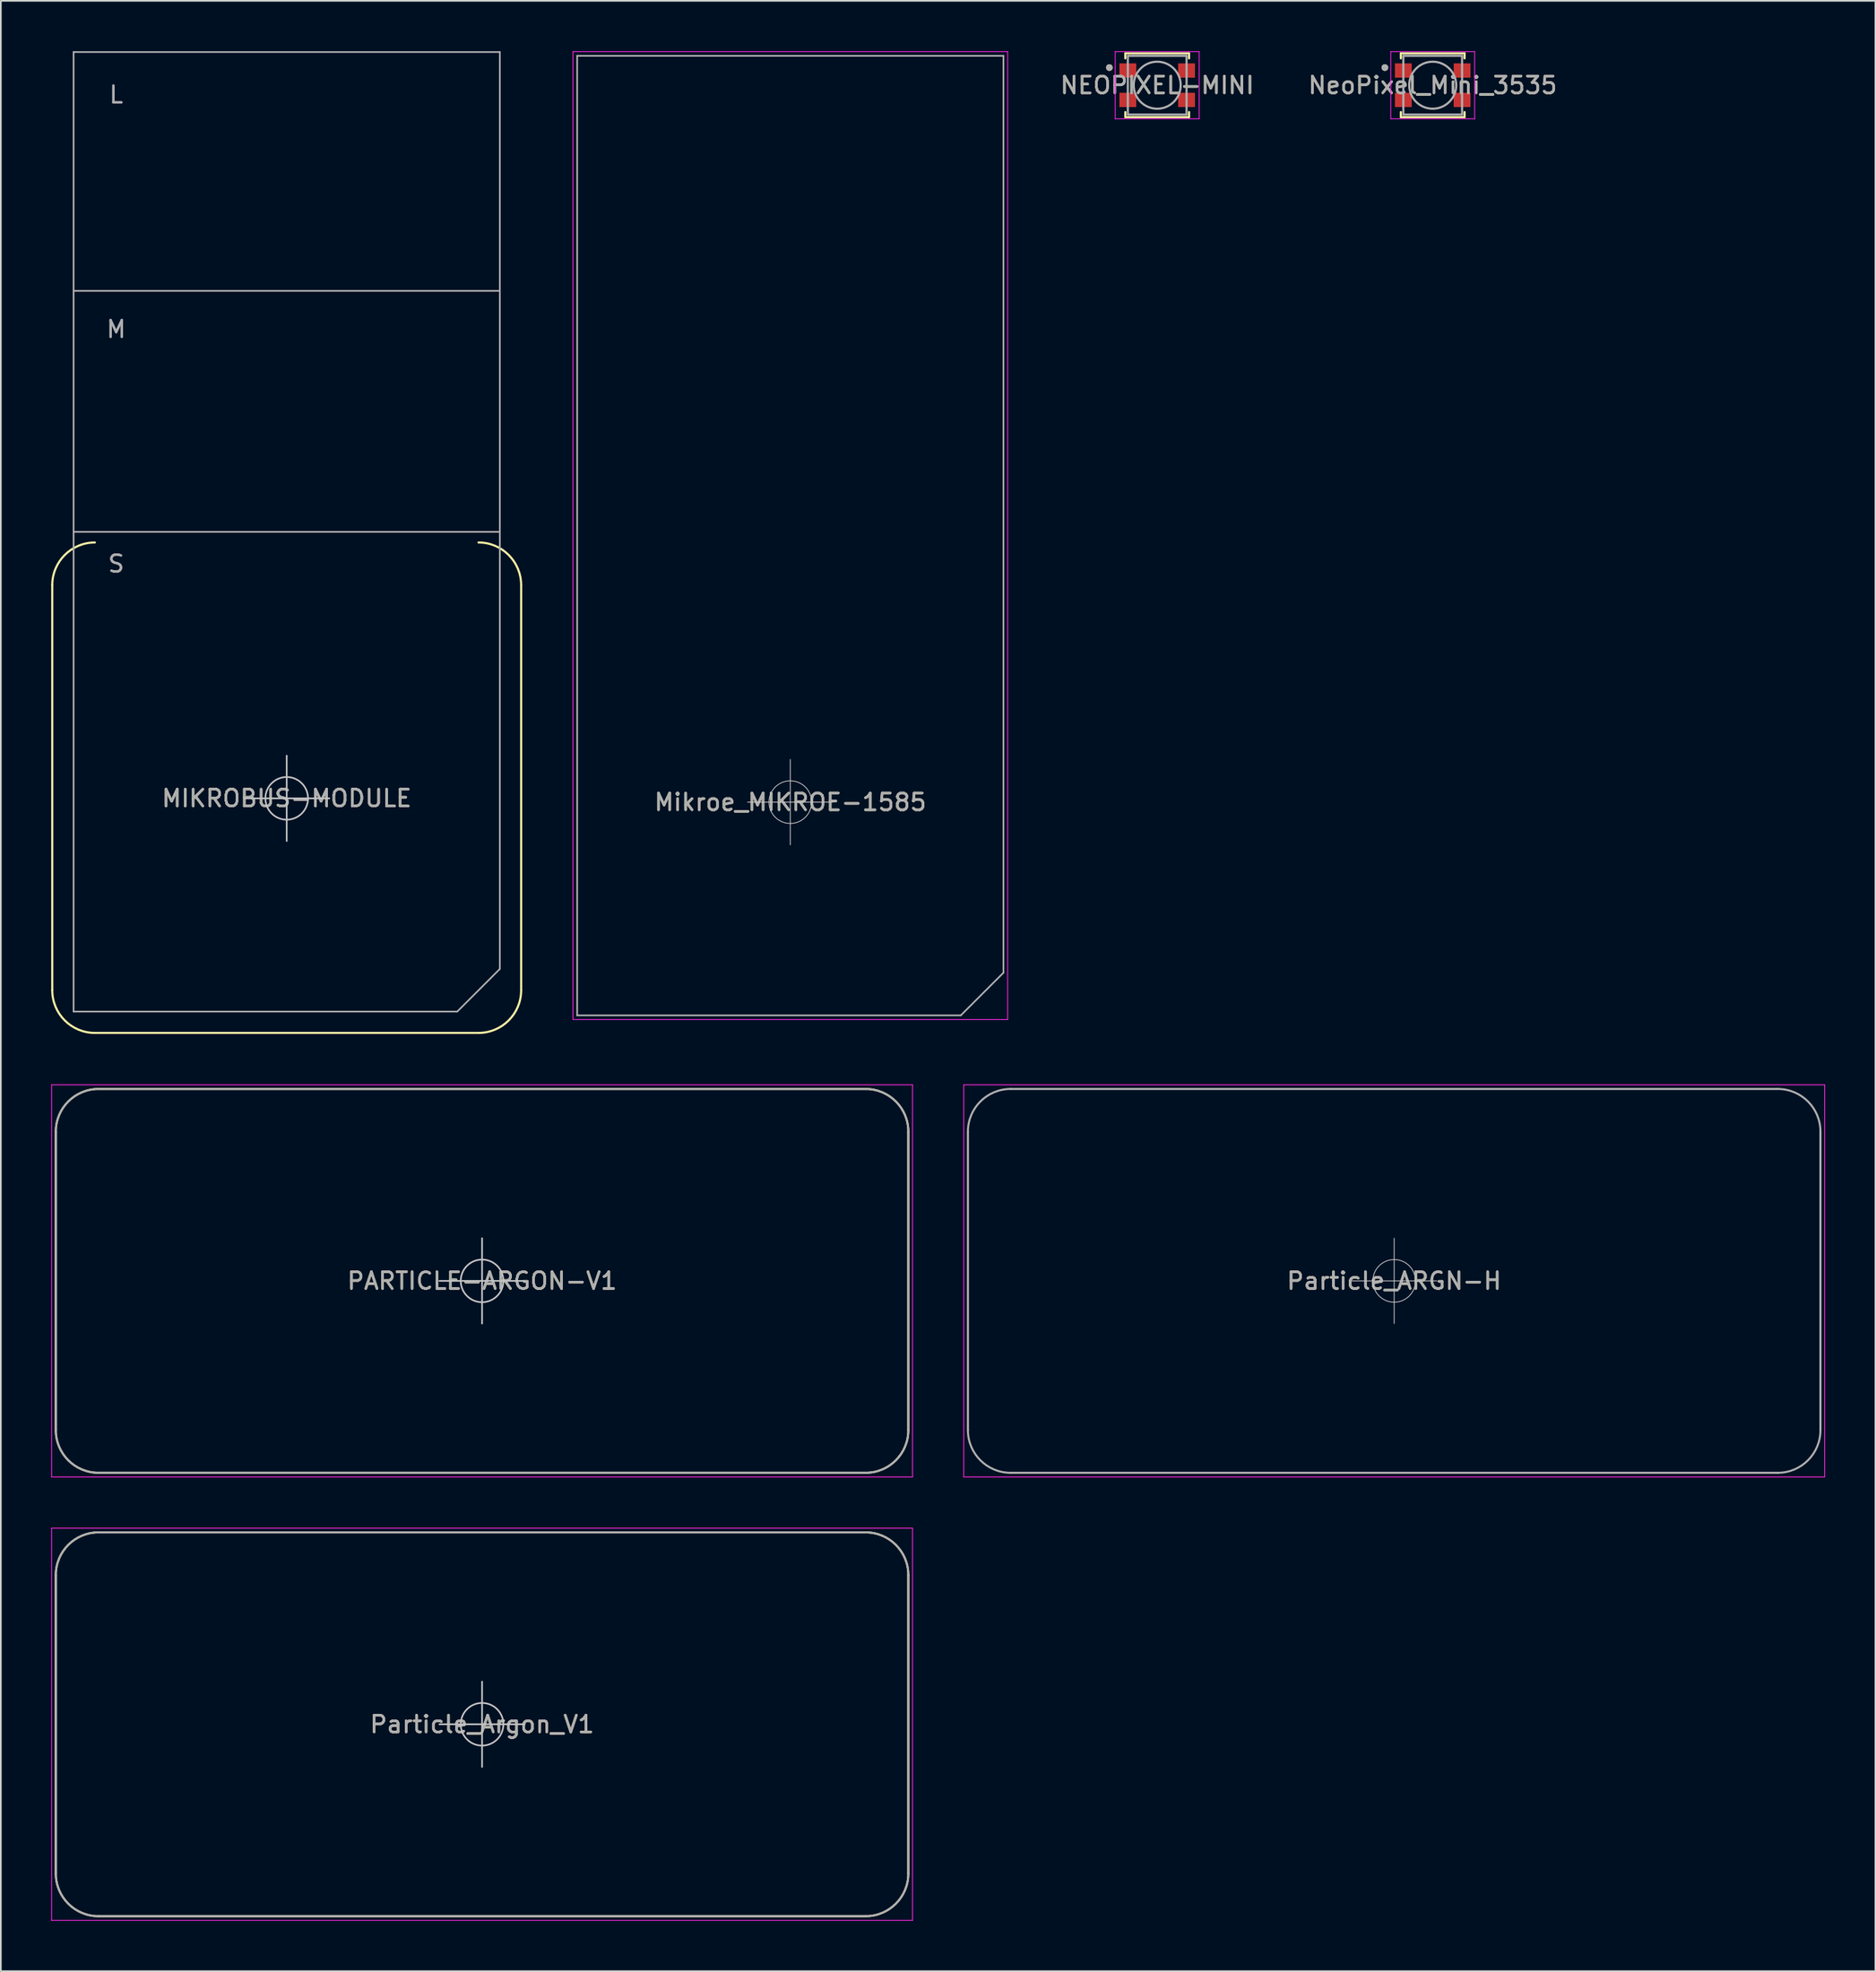
<source format=kicad_pcb>
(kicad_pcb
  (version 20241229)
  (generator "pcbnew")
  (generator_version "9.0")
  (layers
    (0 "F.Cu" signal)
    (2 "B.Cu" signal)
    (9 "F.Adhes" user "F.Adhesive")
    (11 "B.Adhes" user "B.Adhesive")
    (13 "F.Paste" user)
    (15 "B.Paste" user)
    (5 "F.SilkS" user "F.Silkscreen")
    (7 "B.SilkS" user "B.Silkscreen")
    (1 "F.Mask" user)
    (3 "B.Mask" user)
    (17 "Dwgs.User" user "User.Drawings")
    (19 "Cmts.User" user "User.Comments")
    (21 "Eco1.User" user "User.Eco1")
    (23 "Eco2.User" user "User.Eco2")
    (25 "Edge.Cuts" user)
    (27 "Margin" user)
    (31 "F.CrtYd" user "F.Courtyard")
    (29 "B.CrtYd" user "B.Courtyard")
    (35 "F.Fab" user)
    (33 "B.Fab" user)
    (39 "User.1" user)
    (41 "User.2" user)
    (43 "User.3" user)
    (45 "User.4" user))
  (footprint "PARTICLE-ARGON-V1"
    (layer "F.Cu")
    (at 25.675 73.239)
    (property "Reference" "PARTICLE-ARGON-V1" (at 0 0 0) (layer "F.SilkS") (effects (font (size 1 1) (thickness 0.15))))
    (attr through_hole)
    (fp_line (start -25.4 8.89) (end -25.4 -8.89) (stroke (width 0.127) (type solid)) (layer "F.SilkS"))
    (fp_line (start -22.86 -11.43) (end 22.86 -11.43) (stroke (width 0.127) (type solid)) (layer "F.SilkS"))
    (fp_line (start 22.86 11.43) (end -22.86 11.43) (stroke (width 0.127) (type solid)) (layer "F.SilkS"))
    (fp_line (start 25.4 -8.89) (end 25.4 8.89) (stroke (width 0.127) (type solid)) (layer "F.SilkS"))
    (fp_arc (start -25.4 -8.89) (mid -24.656051 -10.686051) (end -22.86 -11.43) (stroke (width 0.12) (type solid)) (layer "F.SilkS"))
    (fp_arc (start -22.86 11.43) (mid -24.656051 10.686051) (end -25.4 8.89) (stroke (width 0.12) (type solid)) (layer "F.SilkS"))
    (fp_arc (start 22.86 -11.43) (mid 24.656051 -10.686051) (end 25.4 -8.89) (stroke (width 0.12) (type solid)) (layer "F.SilkS"))
    (fp_arc (start 25.4 8.89) (mid 24.656051 10.686051) (end 22.86 11.43) (stroke (width 0.12) (type solid)) (layer "F.SilkS"))
    (fp_line (start -2.54 0) (end 2.54 0) (stroke (width 0.1) (type solid)) (layer "Dwgs.User"))
    (fp_line (start 0 -2.54) (end 0 2.54) (stroke (width 0.1) (type solid)) (layer "Dwgs.User"))
    (fp_circle (center 0 0) (end 1.27 0) (stroke (width 0.1) (type solid)) (fill no) (layer "Dwgs.User"))
    (fp_line (start -25.65 -11.68) (end 25.65 -11.68) (stroke (width 0.05) (type solid)) (layer "F.CrtYd"))
    (fp_line (start -25.65 11.68) (end -25.65 -11.68) (stroke (width 0.05) (type solid)) (layer "F.CrtYd"))
    (fp_line (start 25.65 -11.68) (end 25.65 11.68) (stroke (width 0.05) (type solid)) (layer "F.CrtYd"))
    (fp_line (start 25.65 11.68) (end -25.65 11.68) (stroke (width 0.05) (type solid)) (layer "F.CrtYd"))
    (fp_line (start -25.4 8.89) (end -25.4 -8.89) (stroke (width 0.127) (type solid)) (layer "F.Fab"))
    (fp_line (start -22.86 -11.43) (end 22.86 -11.43) (stroke (width 0.127) (type solid)) (layer "F.Fab"))
    (fp_line (start 22.86 11.43) (end -22.86 11.43) (stroke (width 0.127) (type solid)) (layer "F.Fab"))
    (fp_line (start 25.4 -8.89) (end 25.4 8.89) (stroke (width 0.127) (type solid)) (layer "F.Fab"))
    (fp_arc (start -25.4 -8.89) (mid -24.656051 -10.686051) (end -22.86 -11.43) (stroke (width 0.12) (type solid)) (layer "F.Fab"))
    (fp_arc (start -22.86 11.43) (mid -24.656051 10.686051) (end -25.4 8.89) (stroke (width 0.12) (type solid)) (layer "F.Fab"))
    (fp_arc (start 22.86 -11.43) (mid 24.656051 -10.686051) (end 25.4 -8.89) (stroke (width 0.12) (type solid)) (layer "F.Fab"))
    (fp_arc (start 25.4 8.89) (mid 24.656051 10.686051) (end 22.86 11.43) (stroke (width 0.12) (type solid)) (layer "F.Fab"))
    (fp_text user "${REFERENCE}" (at 0 0 0) (layer "F.Fab") (effects (font (size 1 1) (thickness 0.15)))))
  (footprint "MIKROBUS-MODULE"
    (layer "F.Cu")
    (at 14.034 44.5)
    (property "Reference" "MIKROBUS-MODULE" (at 0 0 0) (unlocked yes) (layer "F.SilkS") (effects (font (size 1 1) (thickness 0.15))))
    (attr through_hole)
    (fp_line (start -13.97 -12.7) (end -13.97 11.43) (stroke (width 0.127) (type solid)) (layer "F.SilkS"))
    (fp_line (start -11.43 13.97) (end 11.43 13.97) (stroke (width 0.127) (type solid)) (layer "F.SilkS"))
    (fp_line (start 13.97 -12.7) (end 13.97 11.43) (stroke (width 0.127) (type solid)) (layer "F.SilkS"))
    (fp_arc (start -13.97 -12.7) (mid -13.226051 -14.496051) (end -11.43 -15.24) (stroke (width 0.127) (type solid)) (layer "F.SilkS"))
    (fp_arc (start -11.43 13.97) (mid -13.226051 13.226051) (end -13.97 11.43) (stroke (width 0.127) (type solid)) (layer "F.SilkS"))
    (fp_arc (start 11.43 -15.24) (mid 13.226051 -14.496051) (end 13.97 -12.7) (stroke (width 0.127) (type solid)) (layer "F.SilkS"))
    (fp_arc (start 13.97 11.43) (mid 13.226051 13.226051) (end 11.43 13.97) (stroke (width 0.127) (type solid)) (layer "F.SilkS"))
    (fp_line (start -2.54 0) (end 2.54 0) (stroke (width 0.1) (type solid)) (layer "Dwgs.User"))
    (fp_line (start 0 -2.54) (end 0 2.54) (stroke (width 0.1) (type solid)) (layer "Dwgs.User"))
    (fp_circle (center 0 0) (end 1.27 0) (stroke (width 0.1) (type solid)) (fill no) (layer "Dwgs.User"))
    (fp_line (start -12.7 -44.45) (end 12.7 -44.45) (stroke (width 0.1) (type solid)) (layer "F.Fab"))
    (fp_line (start -12.7 -30.226) (end -12.7 -44.45) (stroke (width 0.1) (type solid)) (layer "F.Fab"))
    (fp_line (start -12.7 -30.226) (end 12.7 -30.226) (stroke (width 0.1) (type solid)) (layer "F.Fab"))
    (fp_line (start -12.7 -15.875) (end -12.7 -30.226) (stroke (width 0.1) (type solid)) (layer "F.Fab"))
    (fp_line (start -12.7 -15.875) (end 12.7 -15.875) (stroke (width 0.1) (type solid)) (layer "F.Fab"))
    (fp_line (start -12.7 12.7) (end -12.7 -15.875) (stroke (width 0.1) (type solid)) (layer "F.Fab"))
    (fp_line (start 10.16 12.7) (end -12.7 12.7) (stroke (width 0.1) (type solid)) (layer "F.Fab"))
    (fp_line (start 12.7 -30.226) (end 12.7 -44.45) (stroke (width 0.1) (type solid)) (layer "F.Fab"))
    (fp_line (start 12.7 -15.875) (end 12.7 -30.226) (stroke (width 0.1) (type solid)) (layer "F.Fab"))
    (fp_line (start 12.7 -15.875) (end 12.7 10.16) (stroke (width 0.1) (type solid)) (layer "F.Fab"))
    (fp_line (start 12.7 10.16) (end 10.16 12.7) (stroke (width 0.1) (type solid)) (layer "F.Fab"))
    (fp_text user "L" (at -10.16 -41.91 0) (unlocked yes) (layer "F.Fab") (effects (font (size 1 1) (thickness 0.15))))
    (fp_text user "M" (at -10.16 -27.94 0) (unlocked yes) (layer "F.Fab") (effects (font (size 1 1) (thickness 0.15))))
    (fp_text user "S" (at -10.16 -13.97 0) (layer "F.Fab") (effects (font (size 1 1) (thickness 0.15))))
    (fp_text user "${REFERENCE}" (at 0 0 0) (unlocked yes) (layer "F.Fab") (effects (font (size 1 1) (thickness 0.15)))))
  (footprint "Particle_Argon_V1"
    (layer "F.Cu")
    (at 25.675 99.648)
    (property "Reference" "Particle_Argon_V1" (at 0 0 0) (layer "F.SilkS") (effects (font (size 1 1) (thickness 0.15))))
    (attr through_hole)
    (fp_line (start -25.4 8.89) (end -25.4 -8.89) (stroke (width 0.127) (type solid)) (layer "F.SilkS"))
    (fp_line (start -22.86 -11.43) (end 22.86 -11.43) (stroke (width 0.127) (type solid)) (layer "F.SilkS"))
    (fp_line (start 22.86 11.43) (end -22.86 11.43) (stroke (width 0.127) (type solid)) (layer "F.SilkS"))
    (fp_line (start 25.4 -8.89) (end 25.4 8.89) (stroke (width 0.127) (type solid)) (layer "F.SilkS"))
    (fp_arc (start -25.4 -8.89) (mid -24.656051 -10.686051) (end -22.86 -11.43) (stroke (width 0.12) (type solid)) (layer "F.SilkS"))
    (fp_arc (start -22.86 11.43) (mid -24.656051 10.686051) (end -25.4 8.89) (stroke (width 0.12) (type solid)) (layer "F.SilkS"))
    (fp_arc (start 22.86 -11.43) (mid 24.656051 -10.686051) (end 25.4 -8.89) (stroke (width 0.12) (type solid)) (layer "F.SilkS"))
    (fp_arc (start 25.4 8.89) (mid 24.656051 10.686051) (end 22.86 11.43) (stroke (width 0.12) (type solid)) (layer "F.SilkS"))
    (fp_line (start -2.54 0) (end 2.54 0) (stroke (width 0.1) (type solid)) (layer "Dwgs.User"))
    (fp_line (start 0 -2.54) (end 0 2.54) (stroke (width 0.1) (type solid)) (layer "Dwgs.User"))
    (fp_circle (center 0 0) (end 1.27 0) (stroke (width 0.1) (type solid)) (fill no) (layer "Dwgs.User"))
    (fp_line (start -25.65 -11.68) (end 25.65 -11.68) (stroke (width 0.05) (type solid)) (layer "F.CrtYd"))
    (fp_line (start -25.65 11.68) (end -25.65 -11.68) (stroke (width 0.05) (type solid)) (layer "F.CrtYd"))
    (fp_line (start 25.65 -11.68) (end 25.65 11.68) (stroke (width 0.05) (type solid)) (layer "F.CrtYd"))
    (fp_line (start 25.65 11.68) (end -25.65 11.68) (stroke (width 0.05) (type solid)) (layer "F.CrtYd"))
    (fp_line (start -25.4 8.89) (end -25.4 -8.89) (stroke (width 0.127) (type solid)) (layer "F.Fab"))
    (fp_line (start -22.86 -11.43) (end 22.86 -11.43) (stroke (width 0.127) (type solid)) (layer "F.Fab"))
    (fp_line (start 22.86 11.43) (end -22.86 11.43) (stroke (width 0.127) (type solid)) (layer "F.Fab"))
    (fp_line (start 25.4 -8.89) (end 25.4 8.89) (stroke (width 0.127) (type solid)) (layer "F.Fab"))
    (fp_arc (start -25.4 -8.89) (mid -24.656051 -10.686051) (end -22.86 -11.43) (stroke (width 0.12) (type solid)) (layer "F.Fab"))
    (fp_arc (start -22.86 11.43) (mid -24.656051 10.686051) (end -25.4 8.89) (stroke (width 0.12) (type solid)) (layer "F.Fab"))
    (fp_arc (start 22.86 -11.43) (mid 24.656051 -10.686051) (end 25.4 -8.89) (stroke (width 0.12) (type solid)) (layer "F.Fab"))
    (fp_arc (start 25.4 8.89) (mid 24.656051 10.686051) (end 22.86 11.43) (stroke (width 0.12) (type solid)) (layer "F.Fab"))
    (fp_text user "${REFERENCE}" (at 0 0 0) (layer "F.Fab") (effects (font (size 1 1) (thickness 0.15)))))
  (footprint "Particle_ARGN-H"
    (layer "F.Cu")
    (at 80.025 73.239)
    (property "Reference" "Particle_ARGN-H" (at 0 0 0) (layer "F.SilkS") (effects (font (size 1 1) (thickness 0.15))))
    (attr through_hole)
    (fp_line (start -2.54 0) (end 2.54 0) (stroke (width 0.05) (type solid)) (layer "Dwgs.User"))
    (fp_line (start 0 -2.54) (end 0 2.54) (stroke (width 0.05) (type solid)) (layer "Dwgs.User"))
    (fp_circle (center 0 0) (end 1.27 0) (stroke (width 0.05) (type solid)) (fill no) (layer "Dwgs.User"))
    (fp_line (start -25.65 -11.68) (end 25.65 -11.68) (stroke (width 0.05) (type solid)) (layer "F.CrtYd"))
    (fp_line (start -25.65 11.68) (end -25.65 -11.68) (stroke (width 0.05) (type solid)) (layer "F.CrtYd"))
    (fp_line (start 25.65 -11.68) (end 25.65 11.68) (stroke (width 0.05) (type solid)) (layer "F.CrtYd"))
    (fp_line (start 25.65 11.68) (end -25.65 11.68) (stroke (width 0.05) (type solid)) (layer "F.CrtYd"))
    (fp_line (start -25.4 8.89) (end -25.4 -8.89) (stroke (width 0.127) (type solid)) (layer "F.Fab"))
    (fp_line (start -22.86 -11.43) (end 22.86 -11.43) (stroke (width 0.127) (type solid)) (layer "F.Fab"))
    (fp_line (start 22.86 11.43) (end -22.86 11.43) (stroke (width 0.127) (type solid)) (layer "F.Fab"))
    (fp_line (start 25.4 -8.89) (end 25.4 8.89) (stroke (width 0.127) (type solid)) (layer "F.Fab"))
    (fp_arc (start -25.4 -8.89) (mid -24.656051 -10.686051) (end -22.86 -11.43) (stroke (width 0.12) (type solid)) (layer "F.Fab"))
    (fp_arc (start -22.86 11.43) (mid -24.656051 10.686051) (end -25.4 8.89) (stroke (width 0.12) (type solid)) (layer "F.Fab"))
    (fp_arc (start 22.86 -11.43) (mid 24.656051 -10.686051) (end 25.4 -8.89) (stroke (width 0.12) (type solid)) (layer "F.Fab"))
    (fp_arc (start 25.4 8.89) (mid 24.656051 10.686051) (end 22.86 11.43) (stroke (width 0.12) (type solid)) (layer "F.Fab"))
    (fp_text user "${REFERENCE}" (at 0 0 0) (layer "F.Fab") (effects (font (size 1 1) (thickness 0.15)))))
  (footprint "NEOPIXEL-MINI"
    (layer "F.Cu")
    (at 65.904 2.025)
    (property "Reference" "NEOPIXEL-MINI" (at 0 0 0) (layer "F.SilkS") (effects (font (size 1 1) (thickness 0.15))))
    (attr smd)
    (fp_line (start -1.9 -1.9) (end 1.9 -1.9) (stroke (width 0.127) (type solid)) (layer "F.SilkS"))
    (fp_line (start -1.9 -1.6) (end -1.9 -1.9) (stroke (width 0.127) (type solid)) (layer "F.SilkS"))
    (fp_line (start -1.9 1.6) (end -1.9 1.9) (stroke (width 0.127) (type solid)) (layer "F.SilkS"))
    (fp_line (start -1.9 1.9) (end 1.9 1.9) (stroke (width 0.127) (type solid)) (layer "F.SilkS"))
    (fp_line (start 1.9 -1.9) (end 1.9 -1.6) (stroke (width 0.127) (type solid)) (layer "F.SilkS"))
    (fp_line (start 1.9 1.9) (end 1.9 1.6) (stroke (width 0.127) (type solid)) (layer "F.SilkS"))
    (fp_circle (center -2.85 -1.05) (end -2.75 -1.05) (stroke (width 0.2) (type solid)) (fill no) (layer "F.SilkS"))
    (fp_line (start -2.5 -2) (end 2.5 -2) (stroke (width 0.05) (type solid)) (layer "F.CrtYd"))
    (fp_line (start -2.5 2) (end -2.5 -2) (stroke (width 0.05) (type solid)) (layer "F.CrtYd"))
    (fp_line (start 2.5 -2) (end 2.5 2) (stroke (width 0.05) (type solid)) (layer "F.CrtYd"))
    (fp_line (start 2.5 2) (end -2.5 2) (stroke (width 0.05) (type solid)) (layer "F.CrtYd"))
    (fp_line (start -1.75 -1.75) (end 1.75 -1.75) (stroke (width 0.127) (type solid)) (layer "F.Fab"))
    (fp_line (start -1.75 1.75) (end -1.75 -1.75) (stroke (width 0.127) (type solid)) (layer "F.Fab"))
    (fp_line (start 1.75 -1.75) (end 1.75 1.75) (stroke (width 0.127) (type solid)) (layer "F.Fab"))
    (fp_line (start 1.75 1.75) (end -1.75 1.75) (stroke (width 0.127) (type solid)) (layer "F.Fab"))
    (fp_circle (center -2.85 -1.05) (end -2.75 -1.05) (stroke (width 0.2) (type solid)) (fill no) (layer "F.Fab"))
    (fp_circle (center 0 0) (end 1.4 0) (stroke (width 0.127) (type solid)) (fill no) (layer "F.Fab"))
    (fp_text user "${REFERENCE}" (at 0 0 0) (layer "F.Fab") (effects (font (size 1 1) (thickness 0.15))))
    (pad "1" smd rect (at -1.75 -0.875) (size 1 0.85) (layers "F.Cu" "F.Mask" "F.Paste"))
    (pad "2" smd rect (at -1.75 0.875) (size 1 0.85) (layers "F.Cu" "F.Mask" "F.Paste"))
    (pad "3" smd rect (at 1.75 0.875) (size 1 0.85) (layers "F.Cu" "F.Mask" "F.Paste"))
    (pad "4" smd rect (at 1.75 -0.875) (size 1 0.85) (layers "F.Cu" "F.Mask" "F.Paste")))
  (footprint "NeoPixel_Mini_3535"
    (layer "F.Cu")
    (at 82.321 2.025)
    (property "Reference" "NeoPixel_Mini_3535" (at 0 0 0) (layer "F.SilkS") (effects (font (size 1 1) (thickness 0.15))))
    (attr smd)
    (fp_line (start -1.9 -1.9) (end 1.9 -1.9) (stroke (width 0.127) (type solid)) (layer "F.SilkS"))
    (fp_line (start -1.9 -1.6) (end -1.9 -1.9) (stroke (width 0.127) (type solid)) (layer "F.SilkS"))
    (fp_line (start -1.9 1.6) (end -1.9 1.9) (stroke (width 0.127) (type solid)) (layer "F.SilkS"))
    (fp_line (start -1.9 1.9) (end 1.9 1.9) (stroke (width 0.127) (type solid)) (layer "F.SilkS"))
    (fp_line (start 1.9 -1.9) (end 1.9 -1.6) (stroke (width 0.127) (type solid)) (layer "F.SilkS"))
    (fp_line (start 1.9 1.9) (end 1.9 1.6) (stroke (width 0.127) (type solid)) (layer "F.SilkS"))
    (fp_circle (center -2.85 -1.05) (end -2.75 -1.05) (stroke (width 0.2) (type solid)) (fill no) (layer "F.SilkS"))
    (fp_line (start -2.5 -2) (end 2.5 -2) (stroke (width 0.05) (type solid)) (layer "F.CrtYd"))
    (fp_line (start -2.5 2) (end -2.5 -2) (stroke (width 0.05) (type solid)) (layer "F.CrtYd"))
    (fp_line (start 2.5 -2) (end 2.5 2) (stroke (width 0.05) (type solid)) (layer "F.CrtYd"))
    (fp_line (start 2.5 2) (end -2.5 2) (stroke (width 0.05) (type solid)) (layer "F.CrtYd"))
    (fp_line (start -1.75 -1.75) (end 1.75 -1.75) (stroke (width 0.127) (type solid)) (layer "F.Fab"))
    (fp_line (start -1.75 1.75) (end -1.75 -1.75) (stroke (width 0.127) (type solid)) (layer "F.Fab"))
    (fp_line (start 1.75 -1.75) (end 1.75 1.75) (stroke (width 0.127) (type solid)) (layer "F.Fab"))
    (fp_line (start 1.75 1.75) (end -1.75 1.75) (stroke (width 0.127) (type solid)) (layer "F.Fab"))
    (fp_circle (center -2.85 -1.05) (end -2.75 -1.05) (stroke (width 0.2) (type solid)) (fill no) (layer "F.Fab"))
    (fp_circle (center 0 0) (end 1.4 0) (stroke (width 0.127) (type solid)) (fill no) (layer "F.Fab"))
    (fp_text user "${REFERENCE}" (at 0 0 0) (layer "F.Fab") (effects (font (size 1 1) (thickness 0.15))))
    (pad "1" smd rect (at -1.75 -0.875) (size 1 0.85) (layers "F.Cu" "F.Mask" "F.Paste"))
    (pad "2" smd rect (at -1.75 0.875) (size 1 0.85) (layers "F.Cu" "F.Mask" "F.Paste"))
    (pad "3" smd rect (at 1.75 0.875) (size 1 0.85) (layers "F.Cu" "F.Mask" "F.Paste"))
    (pad "4" smd rect (at 1.75 -0.875) (size 1 0.85) (layers "F.Cu" "F.Mask" "F.Paste")))
  (footprint "Mikroe_MIKROE-1585"
    (layer "F.Cu")
    (at 44.042 44.725)
    (property "Reference" "Mikroe_MIKROE-1585" (at 0 0 0) (unlocked yes) (layer "F.SilkS") (effects (font (size 1 1) (thickness 0.15))))
    (attr through_hole)
    (fp_line (start -2.54 0) (end 2.54 0) (stroke (width 0.05) (type solid)) (layer "Dwgs.User"))
    (fp_line (start 0 -2.54) (end 0 2.54) (stroke (width 0.05) (type solid)) (layer "Dwgs.User"))
    (fp_circle (center 0 0) (end 1.27 0) (stroke (width 0.05) (type solid)) (fill no) (layer "Dwgs.User"))
    (fp_line (start -12.95 -44.7) (end 12.95 -44.7) (stroke (width 0.05) (type solid)) (layer "F.CrtYd"))
    (fp_line (start -12.95 12.95) (end -12.95 -44.7) (stroke (width 0.05) (type solid)) (layer "F.CrtYd"))
    (fp_line (start 12.95 12.95) (end -12.95 12.95) (stroke (width 0.05) (type solid)) (layer "F.CrtYd"))
    (fp_line (start 12.95 12.95) (end 12.95 -44.7) (stroke (width 0.05) (type solid)) (layer "F.CrtYd"))
    (fp_line (start -12.7 -44.45) (end 12.7 -44.45) (stroke (width 0.1) (type solid)) (layer "F.Fab"))
    (fp_line (start -12.7 12.7) (end -12.7 -44.45) (stroke (width 0.1) (type solid)) (layer "F.Fab"))
    (fp_line (start 10.16 12.7) (end -12.7 12.7) (stroke (width 0.1) (type solid)) (layer "F.Fab"))
    (fp_line (start 12.7 10.16) (end 10.16 12.7) (stroke (width 0.1) (type solid)) (layer "F.Fab"))
    (fp_line (start 12.7 10.16) (end 12.7 -44.45) (stroke (width 0.1) (type solid)) (layer "F.Fab"))
    (fp_text user "${REFERENCE}" (at 0 0 0) (unlocked yes) (layer "F.Fab") (effects (font (size 1 1) (thickness 0.15)))))
  (gr_rect
    (start -3 -3)
    (end 108.7 114.353)
    (stroke (width 0.1) (type default))
    (fill no)
    (layer "Edge.Cuts")))
</source>
